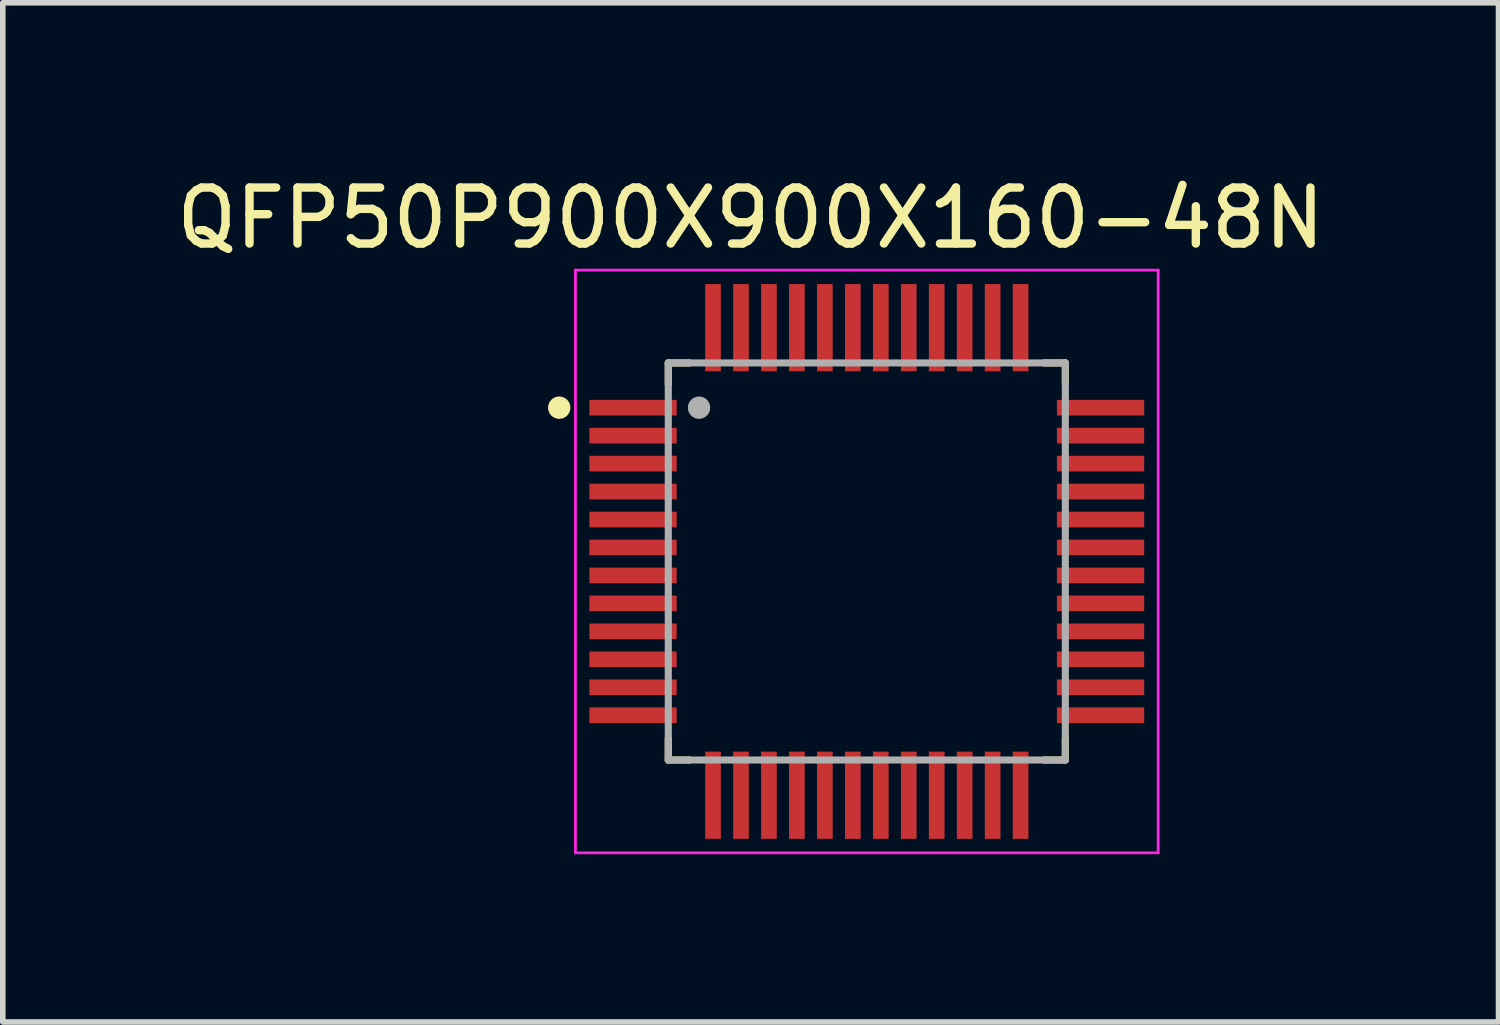
<source format=kicad_pcb>
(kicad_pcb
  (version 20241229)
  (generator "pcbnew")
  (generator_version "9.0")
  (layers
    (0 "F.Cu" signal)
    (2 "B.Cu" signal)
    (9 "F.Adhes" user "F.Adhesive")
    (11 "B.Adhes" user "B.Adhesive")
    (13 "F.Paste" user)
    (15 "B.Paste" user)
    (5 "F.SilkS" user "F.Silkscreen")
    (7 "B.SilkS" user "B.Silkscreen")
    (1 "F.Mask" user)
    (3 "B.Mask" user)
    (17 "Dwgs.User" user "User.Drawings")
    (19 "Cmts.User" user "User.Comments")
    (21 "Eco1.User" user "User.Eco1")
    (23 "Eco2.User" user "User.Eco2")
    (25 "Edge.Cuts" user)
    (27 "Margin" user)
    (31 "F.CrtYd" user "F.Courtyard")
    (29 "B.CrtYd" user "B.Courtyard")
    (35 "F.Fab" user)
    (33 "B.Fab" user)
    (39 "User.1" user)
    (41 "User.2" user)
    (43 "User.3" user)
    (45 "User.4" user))
  (footprint "QFP50P900X900X160-48N"
    (layer "F.Cu")
    (at 12.45 6.99)
    (property "Reference" "QFP50P900X900X160-48N" (at -2.077 -6.141 0) (layer "F.SilkS") (effects (font (size 1.001 1.001) (thickness 0.15))))
    (attr smd)
    (fp_line (start -3.55 -3.55) (end -3.17 -3.55) (stroke (width 0.127) (type solid)) (layer "F.SilkS"))
    (fp_line (start -3.55 -3.17) (end -3.55 -3.55) (stroke (width 0.127) (type solid)) (layer "F.SilkS"))
    (fp_line (start -3.55 3.17) (end -3.55 3.55) (stroke (width 0.127) (type solid)) (layer "F.SilkS"))
    (fp_line (start -3.55 3.55) (end -3.17 3.55) (stroke (width 0.127) (type solid)) (layer "F.SilkS"))
    (fp_line (start 3.17 -3.55) (end 3.55 -3.55) (stroke (width 0.127) (type solid)) (layer "F.SilkS"))
    (fp_line (start 3.17 3.55) (end 3.55 3.55) (stroke (width 0.127) (type solid)) (layer "F.SilkS"))
    (fp_line (start 3.55 -3.55) (end 3.55 -3.17) (stroke (width 0.127) (type solid)) (layer "F.SilkS"))
    (fp_line (start 3.55 3.55) (end 3.55 3.17) (stroke (width 0.127) (type solid)) (layer "F.SilkS"))
    (fp_circle (center -5.5 -2.75) (end -5.4 -2.75) (stroke (width 0.2) (type solid)) (fill no) (layer "F.SilkS"))
    (fp_line (start -5.21 -5.21) (end 5.21 -5.21) (stroke (width 0.05) (type solid)) (layer "F.CrtYd"))
    (fp_line (start -5.21 5.21) (end -5.21 -5.21) (stroke (width 0.05) (type solid)) (layer "F.CrtYd"))
    (fp_line (start 5.21 -5.21) (end 5.21 5.21) (stroke (width 0.05) (type solid)) (layer "F.CrtYd"))
    (fp_line (start 5.21 5.21) (end -5.21 5.21) (stroke (width 0.05) (type solid)) (layer "F.CrtYd"))
    (fp_line (start -3.55 -3.55) (end 3.55 -3.55) (stroke (width 0.127) (type solid)) (layer "F.Fab"))
    (fp_line (start -3.55 3.55) (end -3.55 -3.55) (stroke (width 0.127) (type solid)) (layer "F.Fab"))
    (fp_line (start 3.55 -3.55) (end 3.55 3.55) (stroke (width 0.127) (type solid)) (layer "F.Fab"))
    (fp_line (start 3.55 3.55) (end -3.55 3.55) (stroke (width 0.127) (type solid)) (layer "F.Fab"))
    (fp_circle (center -3 -2.75) (end -2.9 -2.75) (stroke (width 0.2) (type solid)) (fill no) (layer "F.Fab"))
    (pad "1" smd rect (at -4.18 -2.75) (size 1.56 0.28) (layers "F.Cu" "F.Mask" "F.Paste"))
    (pad "2" smd rect (at -4.18 -2.25) (size 1.56 0.28) (layers "F.Cu" "F.Mask" "F.Paste"))
    (pad "3" smd rect (at -4.18 -1.75) (size 1.56 0.28) (layers "F.Cu" "F.Mask" "F.Paste"))
    (pad "4" smd rect (at -4.18 -1.25) (size 1.56 0.28) (layers "F.Cu" "F.Mask" "F.Paste"))
    (pad "5" smd rect (at -4.18 -0.75) (size 1.56 0.28) (layers "F.Cu" "F.Mask" "F.Paste"))
    (pad "6" smd rect (at -4.18 -0.25) (size 1.56 0.28) (layers "F.Cu" "F.Mask" "F.Paste"))
    (pad "7" smd rect (at -4.18 0.25) (size 1.56 0.28) (layers "F.Cu" "F.Mask" "F.Paste"))
    (pad "8" smd rect (at -4.18 0.75) (size 1.56 0.28) (layers "F.Cu" "F.Mask" "F.Paste"))
    (pad "9" smd rect (at -4.18 1.25) (size 1.56 0.28) (layers "F.Cu" "F.Mask" "F.Paste"))
    (pad "10" smd rect (at -4.18 1.75) (size 1.56 0.28) (layers "F.Cu" "F.Mask" "F.Paste"))
    (pad "11" smd rect (at -4.18 2.25) (size 1.56 0.28) (layers "F.Cu" "F.Mask" "F.Paste"))
    (pad "12" smd rect (at -4.18 2.75) (size 1.56 0.28) (layers "F.Cu" "F.Mask" "F.Paste"))
    (pad "13" smd rect (at -2.75 4.18 90) (size 1.56 0.28) (layers "F.Cu" "F.Mask" "F.Paste"))
    (pad "14" smd rect (at -2.25 4.18 90) (size 1.56 0.28) (layers "F.Cu" "F.Mask" "F.Paste"))
    (pad "15" smd rect (at -1.75 4.18 90) (size 1.56 0.28) (layers "F.Cu" "F.Mask" "F.Paste"))
    (pad "16" smd rect (at -1.25 4.18 90) (size 1.56 0.28) (layers "F.Cu" "F.Mask" "F.Paste"))
    (pad "17" smd rect (at -0.75 4.18 90) (size 1.56 0.28) (layers "F.Cu" "F.Mask" "F.Paste"))
    (pad "18" smd rect (at -0.25 4.18 90) (size 1.56 0.28) (layers "F.Cu" "F.Mask" "F.Paste"))
    (pad "19" smd rect (at 0.25 4.18 90) (size 1.56 0.28) (layers "F.Cu" "F.Mask" "F.Paste"))
    (pad "20" smd rect (at 0.75 4.18 90) (size 1.56 0.28) (layers "F.Cu" "F.Mask" "F.Paste"))
    (pad "21" smd rect (at 1.25 4.18 90) (size 1.56 0.28) (layers "F.Cu" "F.Mask" "F.Paste"))
    (pad "22" smd rect (at 1.75 4.18 90) (size 1.56 0.28) (layers "F.Cu" "F.Mask" "F.Paste"))
    (pad "23" smd rect (at 2.25 4.18 90) (size 1.56 0.28) (layers "F.Cu" "F.Mask" "F.Paste"))
    (pad "24" smd rect (at 2.75 4.18 90) (size 1.56 0.28) (layers "F.Cu" "F.Mask" "F.Paste"))
    (pad "25" smd rect (at 4.18 2.75 180) (size 1.56 0.28) (layers "F.Cu" "F.Mask" "F.Paste"))
    (pad "26" smd rect (at 4.18 2.25 180) (size 1.56 0.28) (layers "F.Cu" "F.Mask" "F.Paste"))
    (pad "27" smd rect (at 4.18 1.75 180) (size 1.56 0.28) (layers "F.Cu" "F.Mask" "F.Paste"))
    (pad "28" smd rect (at 4.18 1.25 180) (size 1.56 0.28) (layers "F.Cu" "F.Mask" "F.Paste"))
    (pad "29" smd rect (at 4.18 0.75 180) (size 1.56 0.28) (layers "F.Cu" "F.Mask" "F.Paste"))
    (pad "30" smd rect (at 4.18 0.25 180) (size 1.56 0.28) (layers "F.Cu" "F.Mask" "F.Paste"))
    (pad "31" smd rect (at 4.18 -0.25 180) (size 1.56 0.28) (layers "F.Cu" "F.Mask" "F.Paste"))
    (pad "32" smd rect (at 4.18 -0.75 180) (size 1.56 0.28) (layers "F.Cu" "F.Mask" "F.Paste"))
    (pad "33" smd rect (at 4.18 -1.25 180) (size 1.56 0.28) (layers "F.Cu" "F.Mask" "F.Paste"))
    (pad "34" smd rect (at 4.18 -1.75 180) (size 1.56 0.28) (layers "F.Cu" "F.Mask" "F.Paste"))
    (pad "35" smd rect (at 4.18 -2.25 180) (size 1.56 0.28) (layers "F.Cu" "F.Mask" "F.Paste"))
    (pad "36" smd rect (at 4.18 -2.75 180) (size 1.56 0.28) (layers "F.Cu" "F.Mask" "F.Paste"))
    (pad "37" smd rect (at 2.75 -4.18 270) (size 1.56 0.28) (layers "F.Cu" "F.Mask" "F.Paste"))
    (pad "38" smd rect (at 2.25 -4.18 270) (size 1.56 0.28) (layers "F.Cu" "F.Mask" "F.Paste"))
    (pad "39" smd rect (at 1.75 -4.18 270) (size 1.56 0.28) (layers "F.Cu" "F.Mask" "F.Paste"))
    (pad "40" smd rect (at 1.25 -4.18 270) (size 1.56 0.28) (layers "F.Cu" "F.Mask" "F.Paste"))
    (pad "41" smd rect (at 0.75 -4.18 270) (size 1.56 0.28) (layers "F.Cu" "F.Mask" "F.Paste"))
    (pad "42" smd rect (at 0.25 -4.18 270) (size 1.56 0.28) (layers "F.Cu" "F.Mask" "F.Paste"))
    (pad "43" smd rect (at -0.25 -4.18 270) (size 1.56 0.28) (layers "F.Cu" "F.Mask" "F.Paste"))
    (pad "44" smd rect (at -0.75 -4.18 270) (size 1.56 0.28) (layers "F.Cu" "F.Mask" "F.Paste"))
    (pad "45" smd rect (at -1.25 -4.18 270) (size 1.56 0.28) (layers "F.Cu" "F.Mask" "F.Paste"))
    (pad "46" smd rect (at -1.75 -4.18 270) (size 1.56 0.28) (layers "F.Cu" "F.Mask" "F.Paste"))
    (pad "47" smd rect (at -2.25 -4.18 270) (size 1.56 0.28) (layers "F.Cu" "F.Mask" "F.Paste"))
    (pad "48" smd rect (at -2.75 -4.18 270) (size 1.56 0.28) (layers "F.Cu" "F.Mask" "F.Paste")))
  (gr_rect
    (start -3 -3)
    (end 23.746 15.225)
    (stroke (width 0.1) (type default))
    (fill no)
    (layer "Edge.Cuts")))
</source>
